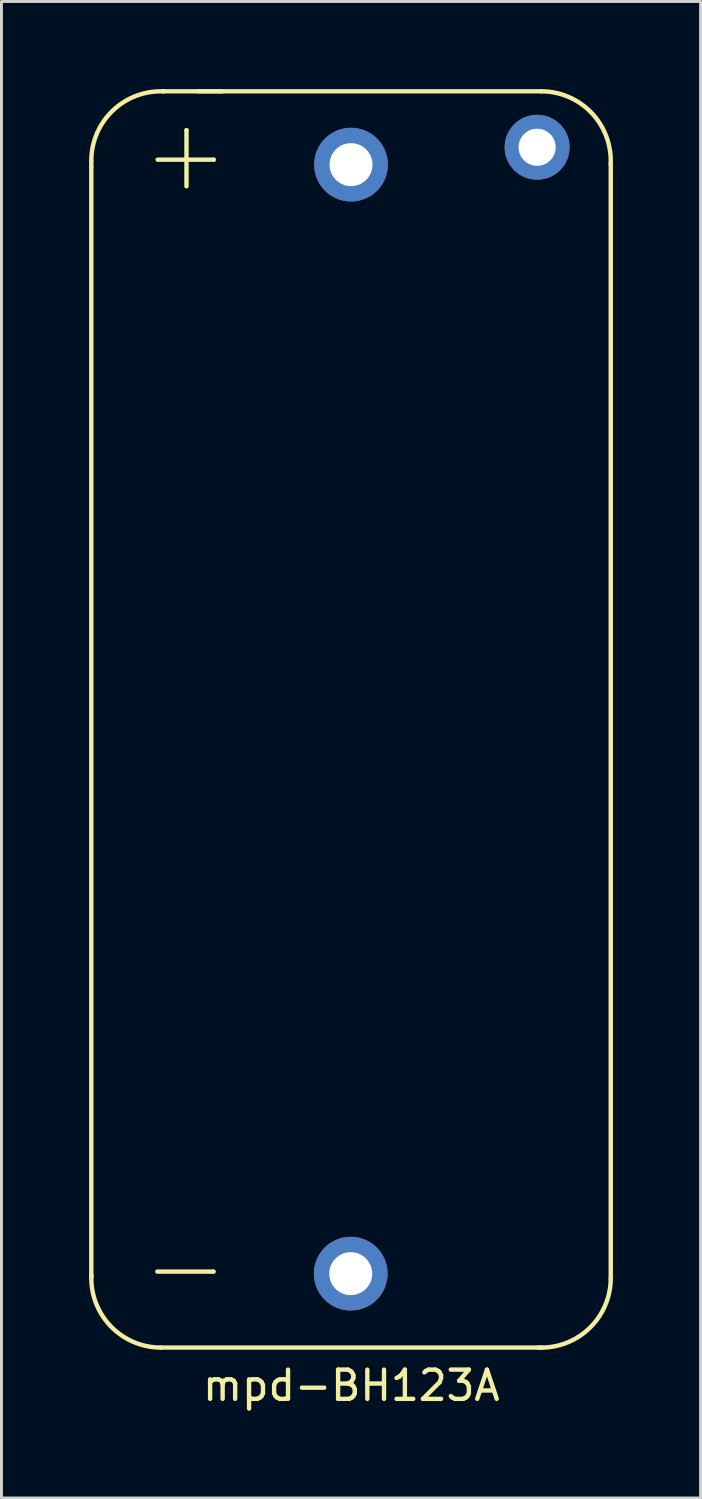
<source format=kicad_pcb>
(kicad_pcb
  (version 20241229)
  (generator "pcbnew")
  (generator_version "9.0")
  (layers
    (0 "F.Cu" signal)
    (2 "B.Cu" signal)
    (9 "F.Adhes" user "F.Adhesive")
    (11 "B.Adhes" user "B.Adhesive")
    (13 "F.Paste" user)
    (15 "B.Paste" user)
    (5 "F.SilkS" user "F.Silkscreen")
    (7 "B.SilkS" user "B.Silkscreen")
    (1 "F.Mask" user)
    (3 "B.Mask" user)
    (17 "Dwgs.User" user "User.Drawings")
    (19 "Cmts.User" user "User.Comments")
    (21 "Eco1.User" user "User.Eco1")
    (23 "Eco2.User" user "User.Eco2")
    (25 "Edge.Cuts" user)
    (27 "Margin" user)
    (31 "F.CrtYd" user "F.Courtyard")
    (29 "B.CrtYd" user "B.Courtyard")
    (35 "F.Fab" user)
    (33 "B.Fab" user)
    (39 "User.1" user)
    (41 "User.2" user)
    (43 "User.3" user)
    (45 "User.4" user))
  (footprint "mpd-BH123A"
    (layer "F.Cu")
    (at 8.935 21.565)
    (property "Reference" "mpd-BH123A" (at 0.04 22.81 0) (layer "F.SilkS") (effects (font (size 1 1) (thickness 0.15))))
    (attr through_hole)
    (fp_line (start -8.86 -18.91) (end -8.86 -18.91) (stroke (width 0.15) (type solid)) (layer "F.SilkS"))
    (fp_line (start -8.86 19.12) (end -8.86 -19.1) (stroke (width 0.15) (type solid)) (layer "F.SilkS"))
    (fp_line (start -6.6 18.91) (end -4.68 18.91) (stroke (width 0.15) (type solid)) (layer "F.SilkS"))
    (fp_line (start -6.59 -19.15) (end -4.67 -19.15) (stroke (width 0.15) (type solid)) (layer "F.SilkS"))
    (fp_line (start -6.42 -21.49) (end 6.54 -21.49) (stroke (width 0.15) (type solid)) (layer "F.SilkS"))
    (fp_line (start -5.602 -20.158) (end -5.602 -20.158) (stroke (width 0.15) (type solid)) (layer "F.SilkS"))
    (fp_line (start -5.602 -18.238) (end -5.602 -20.158) (stroke (width 0.15) (type solid)) (layer "F.SilkS"))
    (fp_line (start -5.2 -21.49) (end -4.4 -21.49) (stroke (width 0.15) (type solid)) (layer "F.SilkS"))
    (fp_line (start -4.68 18.91) (end -4.68 18.91) (stroke (width 0.15) (type solid)) (layer "F.SilkS"))
    (fp_line (start -4.67 -19.15) (end -4.67 -19.15) (stroke (width 0.15) (type solid)) (layer "F.SilkS"))
    (fp_line (start -4.4 -21.49) (end -4.4 -21.49) (stroke (width 0.15) (type solid)) (layer "F.SilkS"))
    (fp_line (start 6.58 21.51) (end -6.49 21.51) (stroke (width 0.15) (type solid)) (layer "F.SilkS"))
    (fp_line (start 8.92 -19.01) (end 8.92 19.14) (stroke (width 0.15) (type solid)) (layer "F.SilkS"))
    (fp_arc (start -8.86 -19.11) (mid -8.125795 -20.829232) (end -6.37617 -21.487734) (stroke (width 0.15) (type solid)) (layer "F.SilkS"))
    (fp_arc (start -6.48 21.51) (mid -8.199232 20.775795) (end -8.857734 19.02617) (stroke (width 0.15) (type solid)) (layer "F.SilkS"))
    (fp_arc (start 6.54 -21.49) (mid 8.259232 -20.755795) (end 8.917734 -19.00617) (stroke (width 0.15) (type solid)) (layer "F.SilkS"))
    (fp_arc (start 8.92 19.132266) (mid 8.185795 20.851498) (end 6.43617 21.51) (stroke (width 0.15) (type solid)) (layer "F.SilkS"))
    (pad "1" thru_hole circle (at 0.02 18.98) (size 2.524 2.524) (drill 1.47) (layers "*.Cu" "*.Mask"))
    (pad "1" thru_hole circle (at 0.03 -18.98) (size 2.524 2.524) (drill 1.47) (layers "*.Cu" "*.Mask"))
    (pad "1" thru_hole circle (at 6.4 -19.575) (size 2.224 2.224) (drill 1.27) (layers "*.Cu" "*.Mask")))
  (gr_rect
    (start -3 -3)
    (end 20.93 48.223)
    (stroke (width 0.1) (type default))
    (fill no)
    (layer "Edge.Cuts")))
</source>
